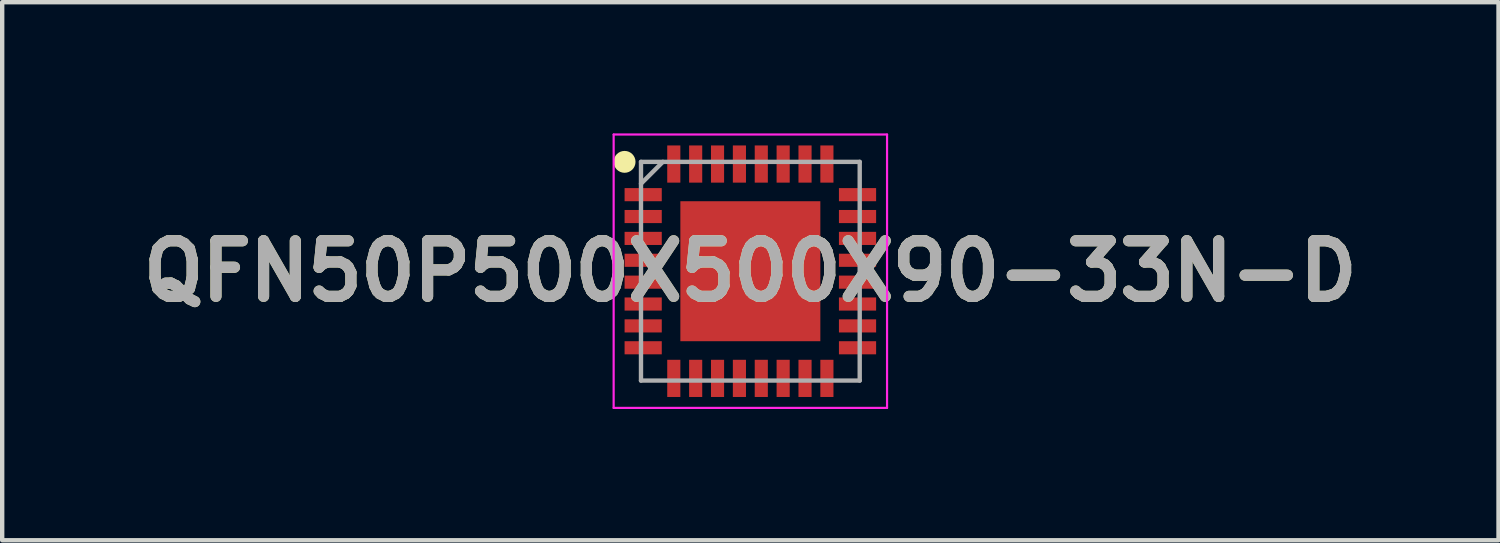
<source format=kicad_pcb>
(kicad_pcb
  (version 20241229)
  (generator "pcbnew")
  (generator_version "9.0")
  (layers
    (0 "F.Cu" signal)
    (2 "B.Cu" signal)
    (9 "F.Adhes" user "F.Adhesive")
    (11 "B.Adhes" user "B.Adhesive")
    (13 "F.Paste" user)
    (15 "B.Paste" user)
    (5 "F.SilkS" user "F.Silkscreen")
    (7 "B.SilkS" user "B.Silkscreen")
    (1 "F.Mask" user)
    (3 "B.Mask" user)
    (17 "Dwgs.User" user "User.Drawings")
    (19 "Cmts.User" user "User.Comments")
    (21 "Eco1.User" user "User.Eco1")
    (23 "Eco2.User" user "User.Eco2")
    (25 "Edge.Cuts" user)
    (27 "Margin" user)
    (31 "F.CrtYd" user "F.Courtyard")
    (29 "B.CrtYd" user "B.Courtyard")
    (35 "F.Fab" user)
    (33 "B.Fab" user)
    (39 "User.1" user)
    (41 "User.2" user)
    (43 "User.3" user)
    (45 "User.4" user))
  (footprint "QFN50P500X500X90-33N-D"
    (layer "F.Cu")
    (at 14.103 3.15)
    (property "Reference" "QFN50P500X500X90-33N-D" (at 0 0 0) (layer "F.SilkS") (effects (font (size 1.27 1.27) (thickness 0.254))))
    (attr smd)
    (fp_circle (center -2.875 -2.5) (end -2.875 -2.375) (stroke (width 0.25) (type solid)) (fill no) (layer "F.SilkS"))
    (fp_line (start -3.125 -3.125) (end 3.125 -3.125) (stroke (width 0.05) (type solid)) (layer "F.CrtYd"))
    (fp_line (start -3.125 3.125) (end -3.125 -3.125) (stroke (width 0.05) (type solid)) (layer "F.CrtYd"))
    (fp_line (start 3.125 -3.125) (end 3.125 3.125) (stroke (width 0.05) (type solid)) (layer "F.CrtYd"))
    (fp_line (start 3.125 3.125) (end -3.125 3.125) (stroke (width 0.05) (type solid)) (layer "F.CrtYd"))
    (fp_line (start -2.5 -2.5) (end 2.5 -2.5) (stroke (width 0.1) (type solid)) (layer "F.Fab"))
    (fp_line (start -2.5 -2) (end -2 -2.5) (stroke (width 0.1) (type solid)) (layer "F.Fab"))
    (fp_line (start -2.5 2.5) (end -2.5 -2.5) (stroke (width 0.1) (type solid)) (layer "F.Fab"))
    (fp_line (start 2.5 -2.5) (end 2.5 2.5) (stroke (width 0.1) (type solid)) (layer "F.Fab"))
    (fp_line (start 2.5 2.5) (end -2.5 2.5) (stroke (width 0.1) (type solid)) (layer "F.Fab"))
    (fp_text user "${REFERENCE}" (at 0 0 0) (layer "F.Fab") (effects (font (size 1.27 1.27) (thickness 0.254))))
    (pad "1" smd rect (at -2.45 -1.75 90) (size 0.3 0.85) (layers "F.Cu" "F.Mask" "F.Paste"))
    (pad "2" smd rect (at -2.45 -1.25 90) (size 0.3 0.85) (layers "F.Cu" "F.Mask" "F.Paste"))
    (pad "3" smd rect (at -2.45 -0.75 90) (size 0.3 0.85) (layers "F.Cu" "F.Mask" "F.Paste"))
    (pad "4" smd rect (at -2.45 -0.25 90) (size 0.3 0.85) (layers "F.Cu" "F.Mask" "F.Paste"))
    (pad "5" smd rect (at -2.45 0.25 90) (size 0.3 0.85) (layers "F.Cu" "F.Mask" "F.Paste"))
    (pad "6" smd rect (at -2.45 0.75 90) (size 0.3 0.85) (layers "F.Cu" "F.Mask" "F.Paste"))
    (pad "7" smd rect (at -2.45 1.25 90) (size 0.3 0.85) (layers "F.Cu" "F.Mask" "F.Paste"))
    (pad "8" smd rect (at -2.45 1.75 90) (size 0.3 0.85) (layers "F.Cu" "F.Mask" "F.Paste"))
    (pad "9" smd rect (at -1.75 2.45) (size 0.3 0.85) (layers "F.Cu" "F.Mask" "F.Paste"))
    (pad "10" smd rect (at -1.25 2.45) (size 0.3 0.85) (layers "F.Cu" "F.Mask" "F.Paste"))
    (pad "11" smd rect (at -0.75 2.45) (size 0.3 0.85) (layers "F.Cu" "F.Mask" "F.Paste"))
    (pad "12" smd rect (at -0.25 2.45) (size 0.3 0.85) (layers "F.Cu" "F.Mask" "F.Paste"))
    (pad "13" smd rect (at 0.25 2.45) (size 0.3 0.85) (layers "F.Cu" "F.Mask" "F.Paste"))
    (pad "14" smd rect (at 0.75 2.45) (size 0.3 0.85) (layers "F.Cu" "F.Mask" "F.Paste"))
    (pad "15" smd rect (at 1.25 2.45) (size 0.3 0.85) (layers "F.Cu" "F.Mask" "F.Paste"))
    (pad "16" smd rect (at 1.75 2.45) (size 0.3 0.85) (layers "F.Cu" "F.Mask" "F.Paste"))
    (pad "17" smd rect (at 2.45 1.75 90) (size 0.3 0.85) (layers "F.Cu" "F.Mask" "F.Paste"))
    (pad "18" smd rect (at 2.45 1.25 90) (size 0.3 0.85) (layers "F.Cu" "F.Mask" "F.Paste"))
    (pad "19" smd rect (at 2.45 0.75 90) (size 0.3 0.85) (layers "F.Cu" "F.Mask" "F.Paste"))
    (pad "20" smd rect (at 2.45 0.25 90) (size 0.3 0.85) (layers "F.Cu" "F.Mask" "F.Paste"))
    (pad "21" smd rect (at 2.45 -0.25 90) (size 0.3 0.85) (layers "F.Cu" "F.Mask" "F.Paste"))
    (pad "22" smd rect (at 2.45 -0.75 90) (size 0.3 0.85) (layers "F.Cu" "F.Mask" "F.Paste"))
    (pad "23" smd rect (at 2.45 -1.25 90) (size 0.3 0.85) (layers "F.Cu" "F.Mask" "F.Paste"))
    (pad "24" smd rect (at 2.45 -1.75 90) (size 0.3 0.85) (layers "F.Cu" "F.Mask" "F.Paste"))
    (pad "25" smd rect (at 1.75 -2.45) (size 0.3 0.85) (layers "F.Cu" "F.Mask" "F.Paste"))
    (pad "26" smd rect (at 1.25 -2.45) (size 0.3 0.85) (layers "F.Cu" "F.Mask" "F.Paste"))
    (pad "27" smd rect (at 0.75 -2.45) (size 0.3 0.85) (layers "F.Cu" "F.Mask" "F.Paste"))
    (pad "28" smd rect (at 0.25 -2.45) (size 0.3 0.85) (layers "F.Cu" "F.Mask" "F.Paste"))
    (pad "29" smd rect (at -0.25 -2.45) (size 0.3 0.85) (layers "F.Cu" "F.Mask" "F.Paste"))
    (pad "30" smd rect (at -0.75 -2.45) (size 0.3 0.85) (layers "F.Cu" "F.Mask" "F.Paste"))
    (pad "31" smd rect (at -1.25 -2.45) (size 0.3 0.85) (layers "F.Cu" "F.Mask" "F.Paste"))
    (pad "32" smd rect (at -1.75 -2.45) (size 0.3 0.85) (layers "F.Cu" "F.Mask" "F.Paste"))
    (pad "33" smd rect (at 0 0) (size 3.2 3.2) (layers "F.Cu" "F.Mask" "F.Paste")))
  (gr_rect
    (start -3 -3)
    (end 31.206 9.3)
    (stroke (width 0.1) (type default))
    (fill no)
    (layer "Edge.Cuts")))
</source>
